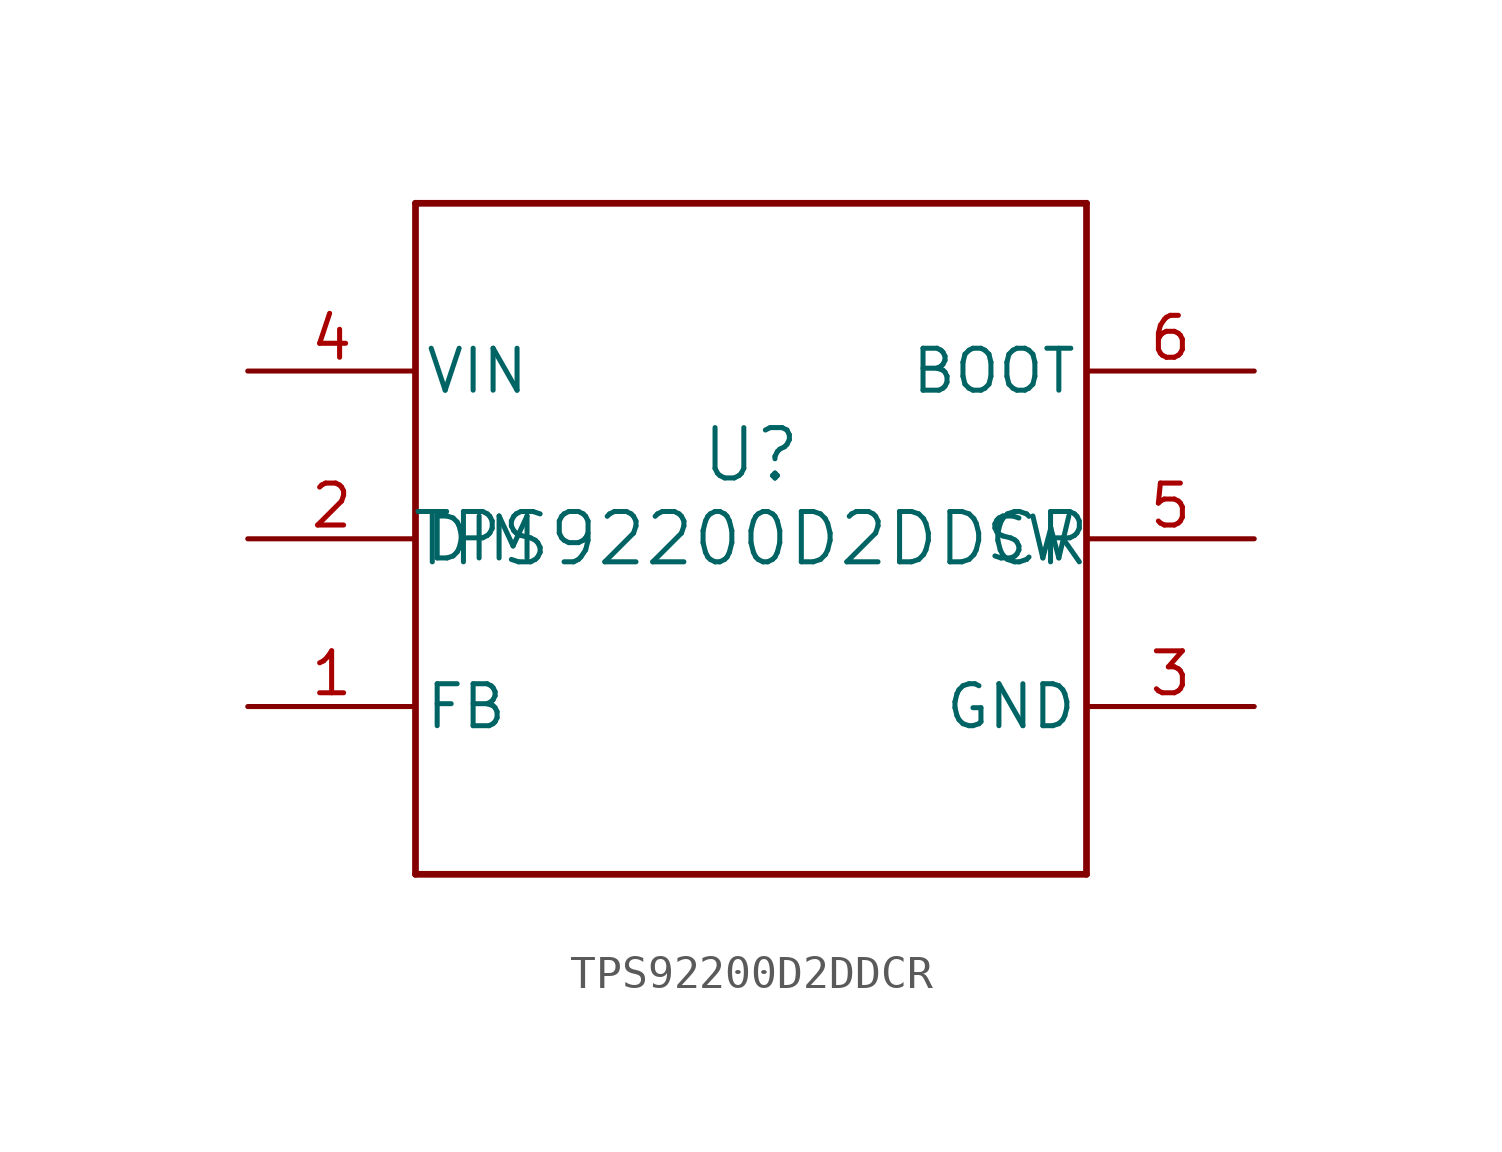
<source format=kicad_sym>
(kicad_symbol_lib
  (version 20211014)
  (generator kicad_symbol_editor)
  (symbol "TPS92200D2DDCR"
    (pin_names
      (offset 0.254))
    (property "Reference" "U"
      (at 0 2.54 0)
      (effects (font (size 1.524 1.524))))
    (property "Value" "TPS92200D2DDCR"
      (at 0 0 0)
      (effects (font (size 1.524 1.524))))
    (symbol "TPS92200D2DDCR_0_1"
      (polyline (pts (xy -10.16 -10.16) (xy 10.16 -10.16)) (stroke (width 0.203) (type default) (color 0 0 0 0)) (fill (type none)))
      (polyline (pts (xy 10.16 -10.16) (xy 10.16 10.16)) (stroke (width 0.203) (type default) (color 0 0 0 0)) (fill (type none)))
      (polyline (pts (xy 10.16 10.16) (xy -10.16 10.16)) (stroke (width 0.203) (type default) (color 0 0 0 0)) (fill (type none)))
      (polyline (pts (xy -10.16 10.16) (xy -10.16 -10.16)) (stroke (width 0.203) (type default) (color 0 0 0 0)) (fill (type none)))
      (pin input line (at -15.24 -5.08 0) (length 5.08) (name "FB" (effects (font (size 1.27 1.27)))) (number "1" (effects (font (size 1.27 1.27)))))
      (pin input line (at -15.24 0 0) (length 5.08) (name "DIM" (effects (font (size 1.27 1.27)))) (number "2" (effects (font (size 1.27 1.27)))))
      (pin power_in line (at 15.24 -5.08 180) (length 5.08) (name "GND" (effects (font (size 1.27 1.27)))) (number "3" (effects (font (size 1.27 1.27)))))
      (pin power_in line (at -15.24 5.08 0) (length 5.08) (name "VIN" (effects (font (size 1.27 1.27)))) (number "4" (effects (font (size 1.27 1.27)))))
      (pin power_in line (at 15.24 0 180) (length 5.08) (name "SW" (effects (font (size 1.27 1.27)))) (number "5" (effects (font (size 1.27 1.27)))))
      (pin power_in line (at 15.24 5.08 180) (length 5.08) (name "BOOT" (effects (font (size 1.27 1.27)))) (number "6" (effects (font (size 1.27 1.27))))))))
</source>
